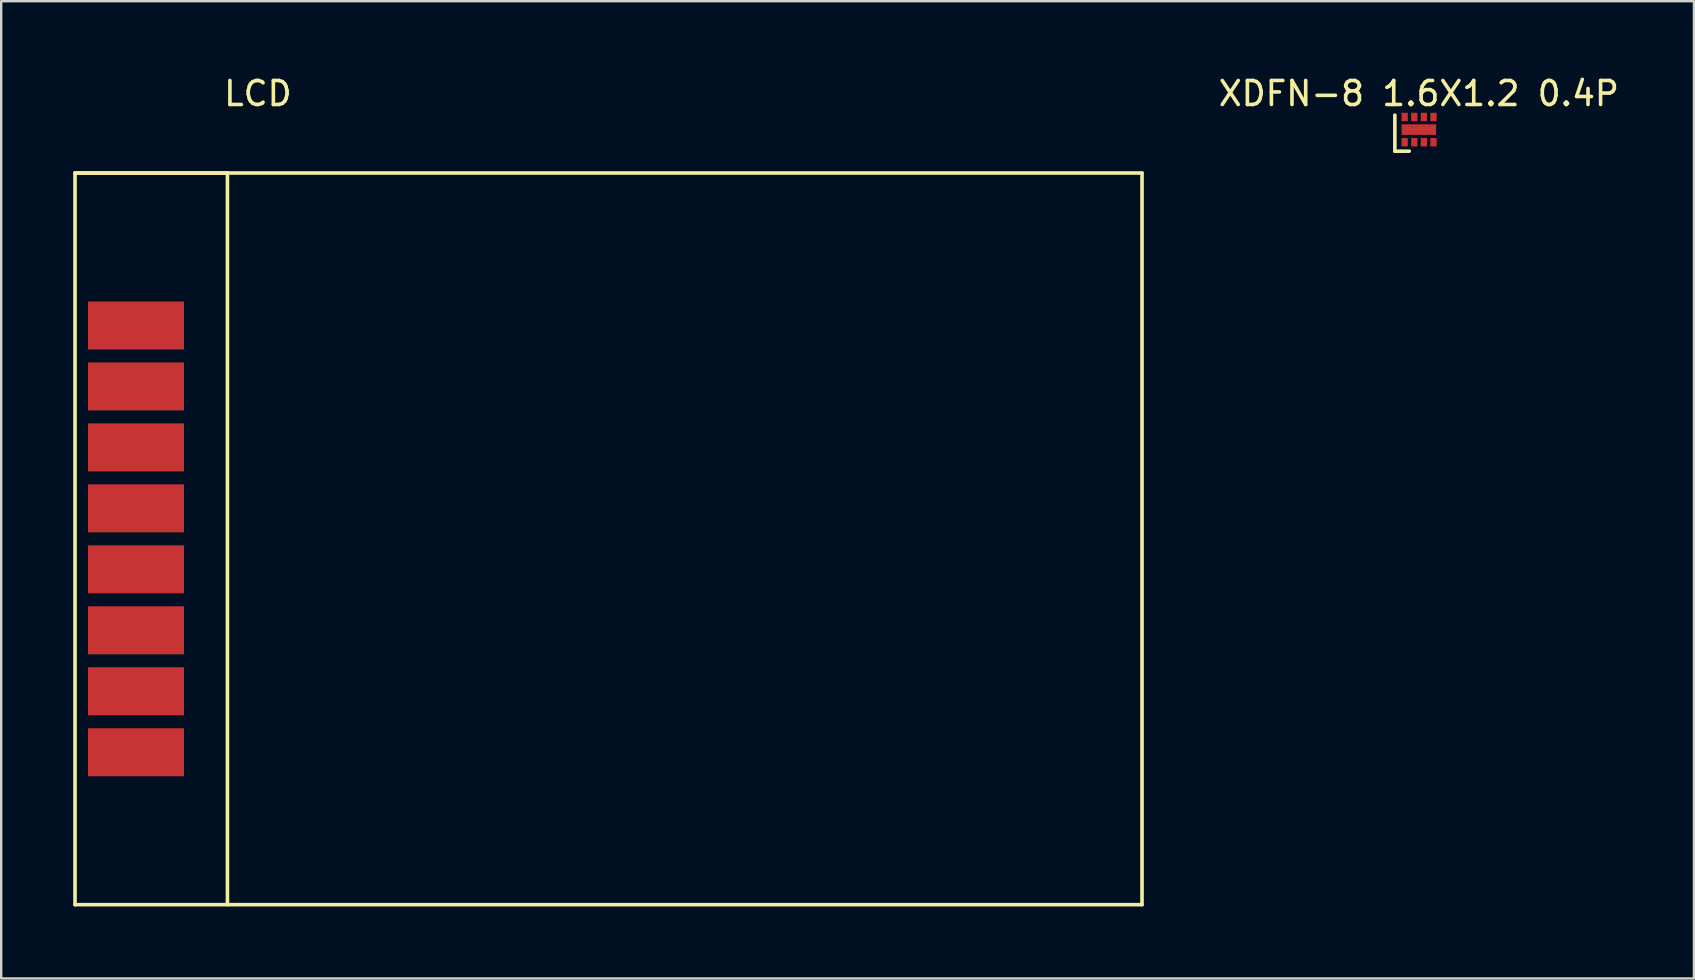
<source format=kicad_pcb>
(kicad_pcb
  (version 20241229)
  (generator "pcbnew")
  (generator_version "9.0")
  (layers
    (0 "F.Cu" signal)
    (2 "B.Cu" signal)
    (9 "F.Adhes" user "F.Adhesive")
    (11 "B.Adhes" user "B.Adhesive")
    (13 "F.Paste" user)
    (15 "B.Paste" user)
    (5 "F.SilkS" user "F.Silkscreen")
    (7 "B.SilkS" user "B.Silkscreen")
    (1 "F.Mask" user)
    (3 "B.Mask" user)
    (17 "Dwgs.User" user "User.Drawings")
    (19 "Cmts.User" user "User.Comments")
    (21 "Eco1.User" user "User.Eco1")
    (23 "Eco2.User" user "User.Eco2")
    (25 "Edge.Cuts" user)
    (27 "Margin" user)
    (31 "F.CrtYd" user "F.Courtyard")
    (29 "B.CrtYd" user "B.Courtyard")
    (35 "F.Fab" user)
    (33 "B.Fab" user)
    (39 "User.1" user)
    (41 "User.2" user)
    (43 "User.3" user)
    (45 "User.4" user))
  (footprint "XDFN-8 1.6X1.2 0.4P"
    (layer "F.Cu")
    (at 56.058 2.348)
    (property "Reference" "XDFN-8 1.6X1.2 0.4P" (at 0 -1.5 0) (layer "F.SilkS") (effects (font (size 1 1) (thickness 0.15))))
    (attr through_hole)
    (fp_line (start -1 -0.6) (end -1 0.9) (stroke (width 0.15) (type solid)) (layer "F.SilkS"))
    (fp_line (start -1 0.9) (end -0.4 0.9) (stroke (width 0.15) (type solid)) (layer "F.SilkS"))
    (pad "1" smd rect (at -0.59 0.525) (size 0.26 0.35) (layers "F.Cu" "F.Mask" "F.Paste"))
    (pad "2" smd rect (at -0.19 0.525) (size 0.26 0.35) (layers "F.Cu" "F.Mask" "F.Paste"))
    (pad "3" smd rect (at 0.21 0.525) (size 0.26 0.35) (layers "F.Cu" "F.Mask" "F.Paste"))
    (pad "4" smd rect (at 0.61 0.525) (size 0.26 0.35) (layers "F.Cu" "F.Mask" "F.Paste"))
    (pad "5" smd rect (at -0.59 -0.525) (size 0.26 0.35) (layers "F.Cu" "F.Mask" "F.Paste"))
    (pad "6" smd rect (at -0.19 -0.525) (size 0.26 0.35) (layers "F.Cu" "F.Mask" "F.Paste"))
    (pad "7" smd rect (at 0.21 -0.525) (size 0.26 0.35) (layers "F.Cu" "F.Mask" "F.Paste"))
    (pad "8" smd rect (at 0.61 -0.525) (size 0.26 0.35) (layers "F.Cu" "F.Mask" "F.Paste"))
    (pad "9" smd rect (at 0 0) (size 1.44 0.44) (layers "F.Cu" "F.Mask" "F.Paste")))
  (footprint "LCD"
    (layer "F.Cu")
    (at 20.395 19.398)
    (property "Reference" "LCD" (at -12.7 -18.55 0) (layer "F.SilkS") (effects (font (size 1 1) (thickness 0.15))))
    (attr through_hole)
    (fp_line (start -20.32 -15.24) (end -13.97 -15.24) (stroke (width 0.15) (type solid)) (layer "F.SilkS"))
    (fp_line (start -20.32 -15.24) (end 24.13 -15.24) (stroke (width 0.15) (type solid)) (layer "F.SilkS"))
    (fp_line (start -20.32 15.24) (end -20.32 -15.24) (stroke (width 0.15) (type solid)) (layer "F.SilkS"))
    (fp_line (start -13.97 -15.24) (end -13.97 15.24) (stroke (width 0.15) (type solid)) (layer "F.SilkS"))
    (fp_line (start 24.13 -15.24) (end 24.13 15.24) (stroke (width 0.15) (type solid)) (layer "F.SilkS"))
    (fp_line (start 24.13 15.24) (end -20.32 15.24) (stroke (width 0.15) (type solid)) (layer "F.SilkS"))
    (pad "1" smd rect (at -17.78 -8.89) (size 4 2) (layers "F.Cu" "F.Mask" "F.Paste"))
    (pad "2" smd rect (at -17.78 -6.35) (size 4 2) (layers "F.Cu" "F.Mask" "F.Paste"))
    (pad "3" smd rect (at -17.78 -3.81) (size 4 2) (layers "F.Cu" "F.Mask" "F.Paste"))
    (pad "4" smd rect (at -17.78 -1.27) (size 4 2) (layers "F.Cu" "F.Mask" "F.Paste"))
    (pad "5" smd rect (at -17.78 1.27) (size 4 2) (layers "F.Cu" "F.Mask" "F.Paste"))
    (pad "6" smd rect (at -17.78 3.81) (size 4 2) (layers "F.Cu" "F.Mask" "F.Paste"))
    (pad "7" smd rect (at -17.78 6.35) (size 4 2) (layers "F.Cu" "F.Mask" "F.Paste"))
    (pad "8" smd rect (at -17.78 8.89) (size 4 2) (layers "F.Cu" "F.Mask" "F.Paste")))
  (gr_rect
    (start -3 -3)
    (end 67.517 37.713)
    (stroke (width 0.1) (type default))
    (fill no)
    (layer "Edge.Cuts")))
</source>
